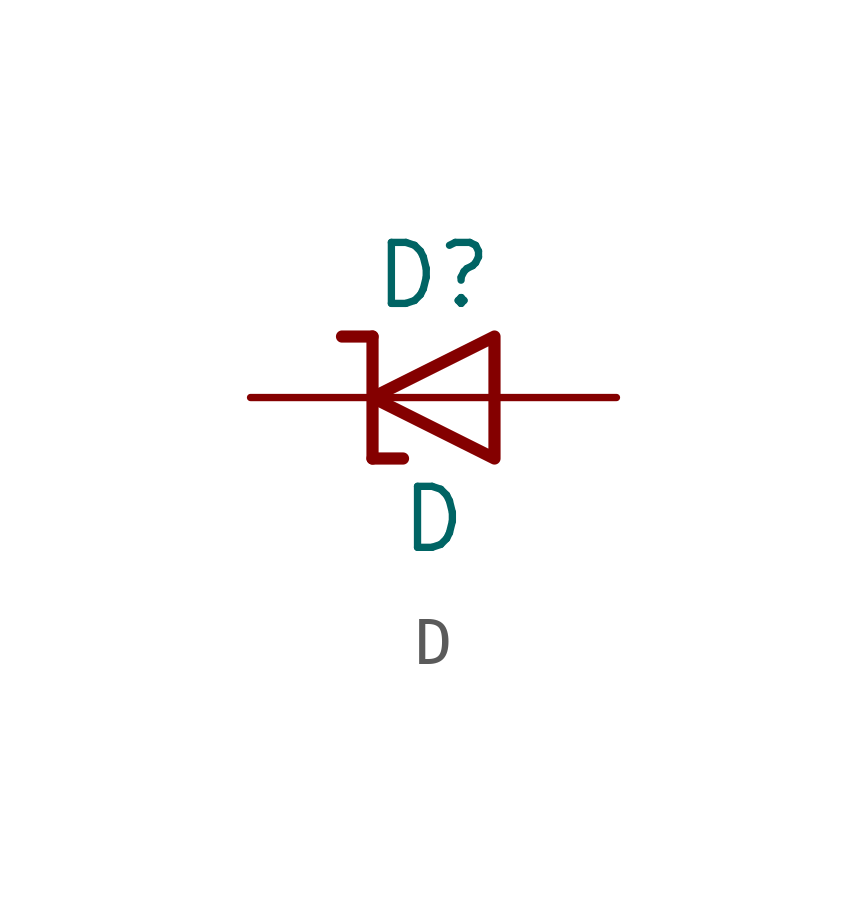
<source format=kicad_sym>
(kicad_symbol_lib
  (version 20241209)
  (generator "kicad_symbol_editor")
  (generator_version "9.0")
  (symbol "D"
    (pin_numbers
      (hide yes))
    (pin_names
      (offset 1.016)
      (hide yes))
    (property "Reference" "D"
      (at 0 2.54 0)
      (effects (font (size 1.27 1.27))))
    (property "Value" "D"
      (at 0 -2.54 0)
      (effects (font (size 1.27 1.27))))
    (symbol "D_0_1"
      (polyline (pts (xy -1.905 1.27) (xy -1.27 1.27)) (stroke (width 0.254) (type default)) (fill (type none)))
      (polyline (pts (xy -1.27 1.27) (xy -1.27 -1.27)) (stroke (width 0.254) (type default)) (fill (type none)))
      (polyline (pts (xy -1.27 -1.27) (xy -0.635 -1.27)) (stroke (width 0.254) (type default)) (fill (type none)))
      (polyline (pts (xy 1.27 1.27) (xy 1.27 -1.27) (xy -1.27 0) (xy 1.27 1.27)) (stroke (width 0.254) (type default)) (fill (type none)))
      (polyline (pts (xy 1.27 0) (xy -1.27 0)) (stroke (width 0) (type default)) (fill (type none))))
    (symbol "D_1_1"
      (pin passive line (at -3.81 0 0) (length 2.54) (name "K" (effects (font (size 1.27 1.27)))) (number "1" (effects (font (size 1.27 1.27)))))
      (pin passive line (at 3.81 0 180) (length 2.54) (name "A" (effects (font (size 1.27 1.27)))) (number "2" (effects (font (size 1.27 1.27))))))))
</source>
